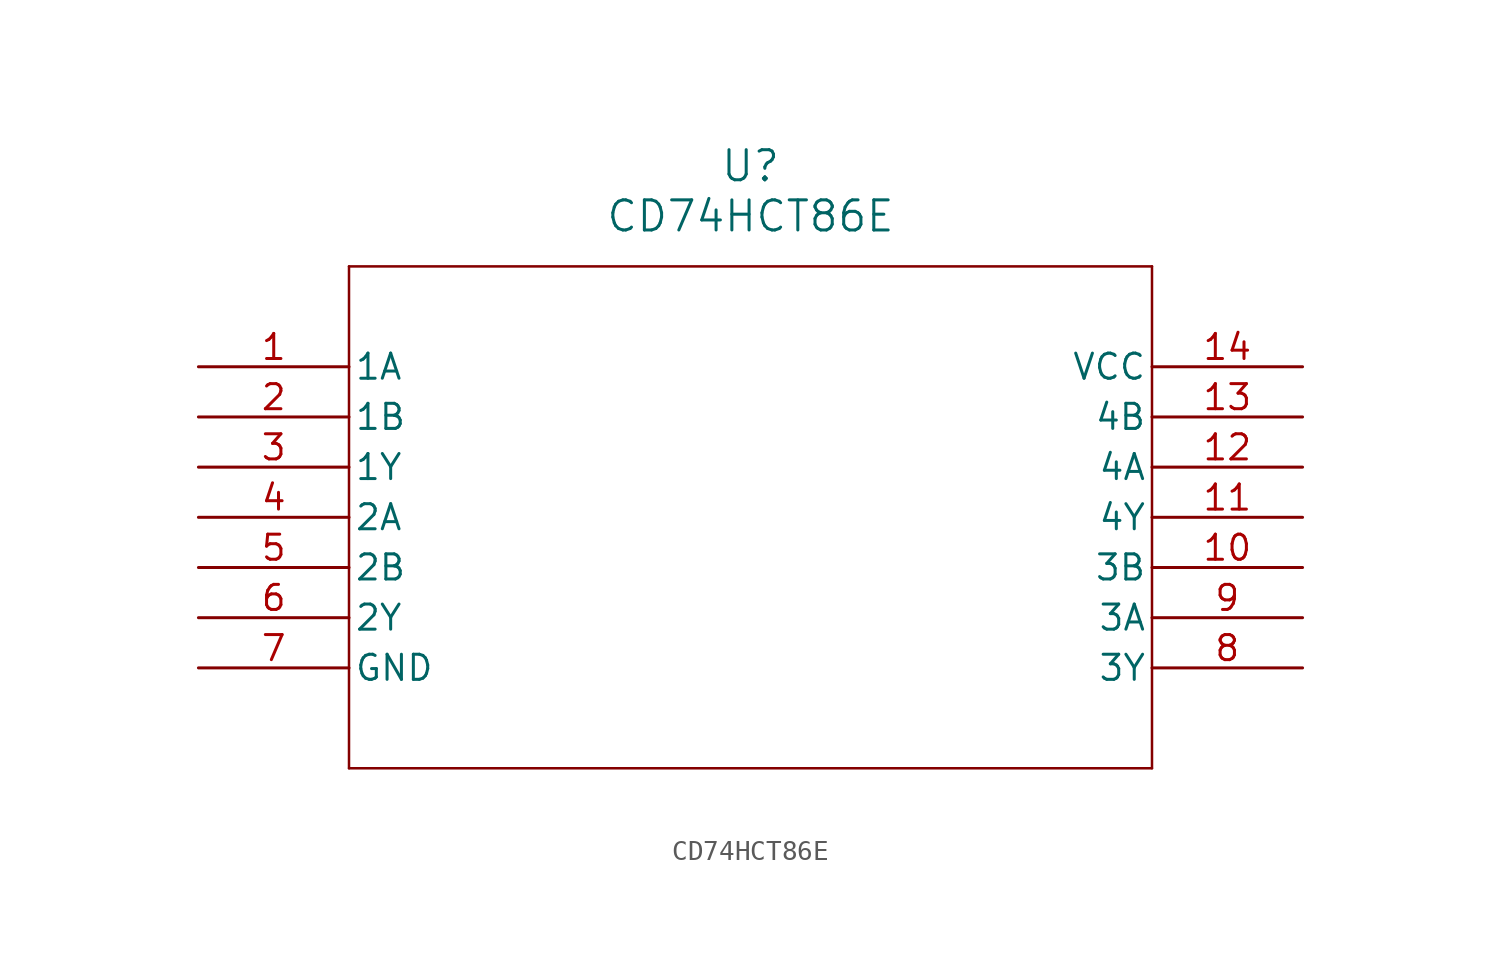
<source format=kicad_sym>
(kicad_symbol_lib
  (version 20211014)
  (generator kicad_symbol_editor)
  (symbol "CD74HCT86E"
    (pin_names
      (offset 0.254))
    (property "Reference" "U"
      (at 27.94 10.16 0)
      (effects (font (size 1.524 1.524))))
    (property "Value" "CD74HCT86E"
      (at 27.94 7.62 0)
      (effects (font (size 1.524 1.524))))
    (symbol "CD74HCT86E_0_1"
      (polyline (pts (xy 7.62 5.08) (xy 7.62 -20.32)) (stroke (width 0.127) (type default) (color 0 0 0 0)) (fill (type none)))
      (polyline (pts (xy 7.62 -20.32) (xy 48.26 -20.32)) (stroke (width 0.127) (type default) (color 0 0 0 0)) (fill (type none)))
      (polyline (pts (xy 48.26 -20.32) (xy 48.26 5.08)) (stroke (width 0.127) (type default) (color 0 0 0 0)) (fill (type none)))
      (polyline (pts (xy 48.26 5.08) (xy 7.62 5.08)) (stroke (width 0.127) (type default) (color 0 0 0 0)) (fill (type none)))
      (pin input line (at 0 0 0) (length 7.62) (name "1A" (effects (font (size 1.27 1.27)))) (number "1" (effects (font (size 1.27 1.27)))))
      (pin input line (at 0 -2.54 0) (length 7.62) (name "1B" (effects (font (size 1.27 1.27)))) (number "2" (effects (font (size 1.27 1.27)))))
      (pin output line (at 0 -5.08 0) (length 7.62) (name "1Y" (effects (font (size 1.27 1.27)))) (number "3" (effects (font (size 1.27 1.27)))))
      (pin input line (at 0 -7.62 0) (length 7.62) (name "2A" (effects (font (size 1.27 1.27)))) (number "4" (effects (font (size 1.27 1.27)))))
      (pin input line (at 0 -10.16 0) (length 7.62) (name "2B" (effects (font (size 1.27 1.27)))) (number "5" (effects (font (size 1.27 1.27)))))
      (pin output line (at 0 -12.7 0) (length 7.62) (name "2Y" (effects (font (size 1.27 1.27)))) (number "6" (effects (font (size 1.27 1.27)))))
      (pin power_in line (at 0 -15.24 0) (length 7.62) (name "GND" (effects (font (size 1.27 1.27)))) (number "7" (effects (font (size 1.27 1.27)))))
      (pin output line (at 55.88 -15.24 180) (length 7.62) (name "3Y" (effects (font (size 1.27 1.27)))) (number "8" (effects (font (size 1.27 1.27)))))
      (pin input line (at 55.88 -12.7 180) (length 7.62) (name "3A" (effects (font (size 1.27 1.27)))) (number "9" (effects (font (size 1.27 1.27)))))
      (pin input line (at 55.88 -10.16 180) (length 7.62) (name "3B" (effects (font (size 1.27 1.27)))) (number "10" (effects (font (size 1.27 1.27)))))
      (pin output line (at 55.88 -7.62 180) (length 7.62) (name "4Y" (effects (font (size 1.27 1.27)))) (number "11" (effects (font (size 1.27 1.27)))))
      (pin input line (at 55.88 -5.08 180) (length 7.62) (name "4A" (effects (font (size 1.27 1.27)))) (number "12" (effects (font (size 1.27 1.27)))))
      (pin input line (at 55.88 -2.54 180) (length 7.62) (name "4B" (effects (font (size 1.27 1.27)))) (number "13" (effects (font (size 1.27 1.27)))))
      (pin power_in line (at 55.88 0 180) (length 7.62) (name "VCC" (effects (font (size 1.27 1.27)))) (number "14" (effects (font (size 1.27 1.27))))))))
</source>
